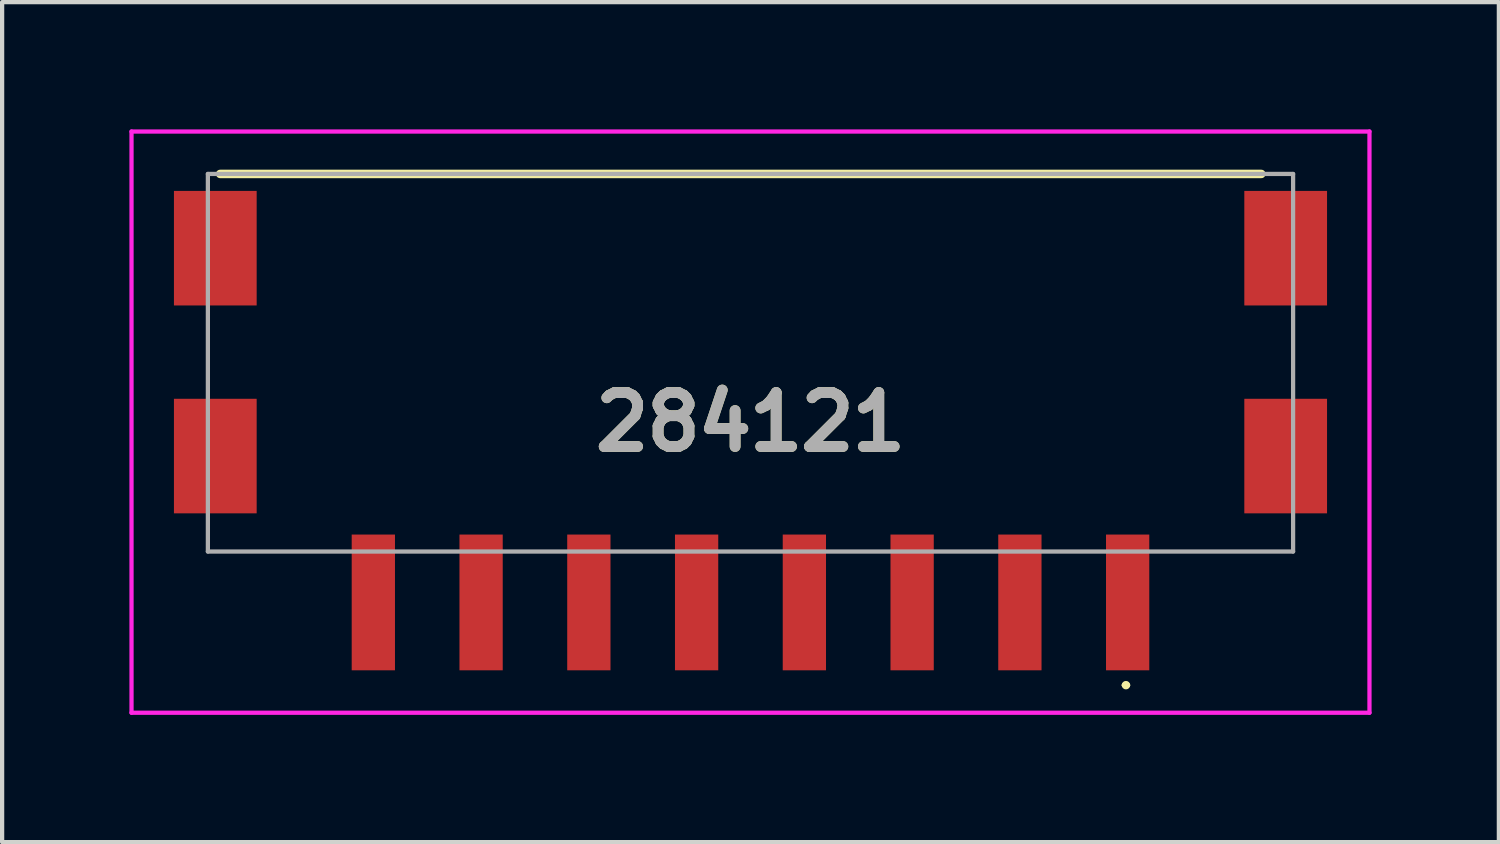
<source format=kicad_pcb>
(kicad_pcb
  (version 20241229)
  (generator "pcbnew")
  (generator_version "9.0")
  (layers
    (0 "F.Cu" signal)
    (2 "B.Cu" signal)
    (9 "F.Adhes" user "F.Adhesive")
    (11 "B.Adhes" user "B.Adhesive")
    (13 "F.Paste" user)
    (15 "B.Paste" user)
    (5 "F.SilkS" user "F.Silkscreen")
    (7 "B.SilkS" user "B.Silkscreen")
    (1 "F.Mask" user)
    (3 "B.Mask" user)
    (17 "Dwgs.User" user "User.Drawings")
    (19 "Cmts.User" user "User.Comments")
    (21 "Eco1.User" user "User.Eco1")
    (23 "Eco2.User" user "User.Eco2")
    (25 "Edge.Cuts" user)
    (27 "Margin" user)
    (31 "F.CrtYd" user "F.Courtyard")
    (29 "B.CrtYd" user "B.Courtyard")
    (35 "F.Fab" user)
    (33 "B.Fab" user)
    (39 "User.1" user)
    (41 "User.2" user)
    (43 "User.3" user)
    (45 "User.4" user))
  (footprint "284121"
    (layer "F.Cu")
    (at 14.64 6.1)
    (property "Reference" "284121" (at 0 0.8 0) (layer "F.SilkS") (effects (font (size 1.27 1.27) (thickness 0.254))))
    (attr through_hole)
    (fp_line (start -12.5 -5.05) (end 12.04 -5.05) (stroke (width 0.2) (type solid)) (layer "F.SilkS"))
    (fp_line (start 8.8 7) (end 8.8 7) (stroke (width 0.1) (type solid)) (layer "F.SilkS"))
    (fp_line (start 8.9 7) (end 8.9 7) (stroke (width 0.1) (type solid)) (layer "F.SilkS"))
    (fp_arc (start 8.8 7) (mid 8.85 6.95) (end 8.9 7) (stroke (width 0.1) (type solid)) (layer "F.SilkS"))
    (fp_arc (start 8.9 7) (mid 8.85 7.05) (end 8.8 7) (stroke (width 0.1) (type solid)) (layer "F.SilkS"))
    (fp_line (start -14.59 -6.05) (end 14.59 -6.05) (stroke (width 0.1) (type solid)) (layer "F.CrtYd"))
    (fp_line (start -14.59 7.65) (end -14.59 -6.05) (stroke (width 0.1) (type solid)) (layer "F.CrtYd"))
    (fp_line (start 14.59 -6.05) (end 14.59 7.65) (stroke (width 0.1) (type solid)) (layer "F.CrtYd"))
    (fp_line (start 14.59 7.65) (end -14.59 7.65) (stroke (width 0.1) (type solid)) (layer "F.CrtYd"))
    (fp_line (start -12.79 -5.05) (end -12.79 3.85) (stroke (width 0.1) (type solid)) (layer "F.Fab"))
    (fp_line (start -12.79 3.85) (end 12.79 3.85) (stroke (width 0.1) (type solid)) (layer "F.Fab"))
    (fp_line (start 12.79 -5.05) (end -12.79 -5.05) (stroke (width 0.1) (type solid)) (layer "F.Fab"))
    (fp_line (start 12.79 3.85) (end 12.79 -5.05) (stroke (width 0.1) (type solid)) (layer "F.Fab"))
    (fp_text user "${REFERENCE}" (at 0 0.8 0) (layer "F.Fab") (effects (font (size 1.27 1.27) (thickness 0.254))))
    (pad "" np_thru_hole circle (at -12.04 -0.85) (size 0.001 0.001) (drill 1.6) (layers "*.Cu" "*.Mask"))
    (pad "" np_thru_hole circle (at 12.04 -0.85) (size 0.001 0.001) (drill 1.6) (layers "*.Cu" "*.Mask"))
    (pad "A1" smd rect (at 8.89 5.05) (size 1.02 3.2) (layers "F.Cu" "F.Mask" "F.Paste"))
    (pad "A2" smd rect (at 6.35 5.05) (size 1.02 3.2) (layers "F.Cu" "F.Mask" "F.Paste"))
    (pad "A3" smd rect (at 3.81 5.05) (size 1.02 3.2) (layers "F.Cu" "F.Mask" "F.Paste"))
    (pad "A4" smd rect (at 1.27 5.05) (size 1.02 3.2) (layers "F.Cu" "F.Mask" "F.Paste"))
    (pad "A5" smd rect (at -1.27 5.05) (size 1.02 3.2) (layers "F.Cu" "F.Mask" "F.Paste"))
    (pad "A6" smd rect (at -3.81 5.05) (size 1.02 3.2) (layers "F.Cu" "F.Mask" "F.Paste"))
    (pad "A7" smd rect (at -6.35 5.05) (size 1.02 3.2) (layers "F.Cu" "F.Mask" "F.Paste"))
    (pad "A8" smd rect (at -8.89 5.05) (size 1.02 3.2) (layers "F.Cu" "F.Mask" "F.Paste"))
    (pad "MP1" smd rect (at 12.615 1.6) (size 1.95 2.7) (layers "F.Cu" "F.Mask" "F.Paste"))
    (pad "MP2" smd rect (at 12.615 -3.3) (size 1.95 2.7) (layers "F.Cu" "F.Mask" "F.Paste"))
    (pad "MP3" smd rect (at -12.615 -3.3) (size 1.95 2.7) (layers "F.Cu" "F.Mask" "F.Paste"))
    (pad "MP4" smd rect (at -12.615 1.6) (size 1.95 2.7) (layers "F.Cu" "F.Mask" "F.Paste")))
  (gr_rect
    (start -3 -3)
    (end 32.28 16.8)
    (stroke (width 0.1) (type default))
    (fill no)
    (layer "Edge.Cuts")))
</source>
